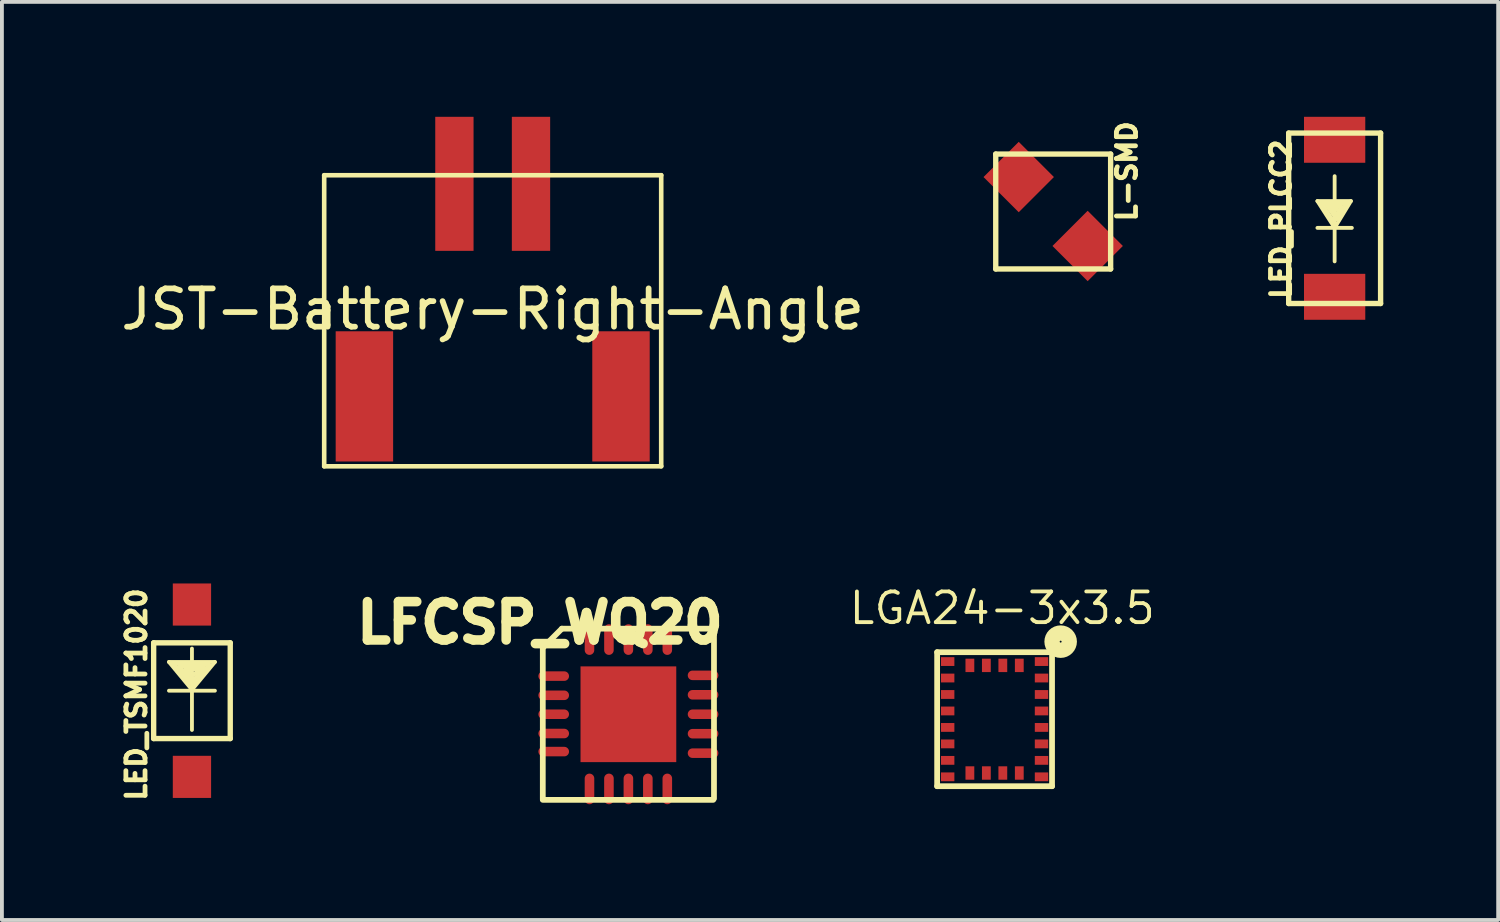
<source format=kicad_pcb>
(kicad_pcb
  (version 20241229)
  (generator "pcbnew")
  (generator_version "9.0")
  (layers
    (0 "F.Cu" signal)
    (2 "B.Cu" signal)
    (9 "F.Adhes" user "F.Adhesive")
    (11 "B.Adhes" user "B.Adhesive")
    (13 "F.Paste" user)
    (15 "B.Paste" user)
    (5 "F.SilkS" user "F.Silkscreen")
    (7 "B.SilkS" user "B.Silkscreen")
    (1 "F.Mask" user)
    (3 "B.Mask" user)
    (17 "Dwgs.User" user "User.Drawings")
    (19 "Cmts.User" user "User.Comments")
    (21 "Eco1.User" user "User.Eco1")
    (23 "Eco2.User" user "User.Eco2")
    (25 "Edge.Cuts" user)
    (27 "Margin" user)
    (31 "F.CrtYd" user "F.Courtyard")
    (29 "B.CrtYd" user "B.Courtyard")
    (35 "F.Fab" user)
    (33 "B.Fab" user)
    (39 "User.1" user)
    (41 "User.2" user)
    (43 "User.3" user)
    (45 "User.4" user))
  (footprint "LGA24-3x3.5"
    (layer "F.Cu")
    (at 22.92 15.729)
    (property "Reference" "LGA24-3x3.5" (at 0.2 -2.9 0) (layer "F.SilkS") (effects (font (size 0.801 0.801) (thickness 0.1))))
    (attr smd)
    (fp_line (start -1.5 -1.75) (end -1.5 1.75) (stroke (width 0.15) (type solid)) (layer "F.SilkS"))
    (fp_line (start -1.5 -1.75) (end 1.5 -1.75) (stroke (width 0.15) (type solid)) (layer "F.SilkS"))
    (fp_line (start -1.5 1.75) (end 1.5 1.75) (stroke (width 0.15) (type solid)) (layer "F.SilkS"))
    (fp_line (start 1.5 1.75) (end 1.5 -1.75) (stroke (width 0.15) (type solid)) (layer "F.SilkS"))
    (fp_circle (center 1.725 -2.025) (end 1.75 -2.025) (stroke (width 0.4) (type solid)) (fill no) (layer "F.SilkS"))
    (pad "1" smd rect (at 1.225 -1.505) (size 0.35 0.23) (layers "F.Cu" "F.Mask" "F.Paste"))
    (pad "2" smd rect (at 0.645 -1.405 90) (size 0.35 0.23) (layers "F.Cu" "F.Mask" "F.Paste"))
    (pad "3" smd rect (at 0.215 -1.405 90) (size 0.35 0.23) (layers "F.Cu" "F.Mask" "F.Paste"))
    (pad "4" smd rect (at -0.215 -1.405 90) (size 0.35 0.23) (layers "F.Cu" "F.Mask" "F.Paste"))
    (pad "5" smd rect (at -0.645 -1.405 90) (size 0.35 0.23) (layers "F.Cu" "F.Mask" "F.Paste"))
    (pad "6" smd rect (at -1.225 -1.505) (size 0.35 0.23) (layers "F.Cu" "F.Mask" "F.Paste"))
    (pad "7" smd rect (at -1.225 -1.075) (size 0.35 0.23) (layers "F.Cu" "F.Mask" "F.Paste"))
    (pad "8" smd rect (at -1.225 -0.645) (size 0.35 0.23) (layers "F.Cu" "F.Mask" "F.Paste"))
    (pad "9" smd rect (at -1.225 -0.215) (size 0.35 0.23) (layers "F.Cu" "F.Mask" "F.Paste"))
    (pad "10" smd rect (at -1.225 0.215) (size 0.35 0.23) (layers "F.Cu" "F.Mask" "F.Paste"))
    (pad "11" smd rect (at -1.225 0.645) (size 0.35 0.23) (layers "F.Cu" "F.Mask" "F.Paste"))
    (pad "12" smd rect (at -1.225 1.075) (size 0.35 0.23) (layers "F.Cu" "F.Mask" "F.Paste"))
    (pad "13" smd rect (at -1.225 1.505) (size 0.35 0.23) (layers "F.Cu" "F.Mask" "F.Paste"))
    (pad "14" smd rect (at -0.645 1.405 90) (size 0.35 0.23) (layers "F.Cu" "F.Mask" "F.Paste"))
    (pad "15" smd rect (at -0.215 1.405 90) (size 0.35 0.23) (layers "F.Cu" "F.Mask" "F.Paste"))
    (pad "16" smd rect (at 0.215 1.405 90) (size 0.35 0.23) (layers "F.Cu" "F.Mask" "F.Paste"))
    (pad "17" smd rect (at 0.645 1.405 90) (size 0.35 0.23) (layers "F.Cu" "F.Mask" "F.Paste"))
    (pad "18" smd rect (at 1.225 1.505) (size 0.35 0.23) (layers "F.Cu" "F.Mask" "F.Paste"))
    (pad "19" smd rect (at 1.225 1.075) (size 0.35 0.23) (layers "F.Cu" "F.Mask" "F.Paste"))
    (pad "20" smd rect (at 1.225 0.645) (size 0.35 0.23) (layers "F.Cu" "F.Mask" "F.Paste"))
    (pad "21" smd rect (at 1.225 0.215) (size 0.35 0.23) (layers "F.Cu" "F.Mask" "F.Paste"))
    (pad "22" smd rect (at 1.225 -0.215) (size 0.35 0.23) (layers "F.Cu" "F.Mask" "F.Paste"))
    (pad "23" smd rect (at 1.225 -0.645) (size 0.35 0.23) (layers "F.Cu" "F.Mask" "F.Paste"))
    (pad "24" smd rect (at 1.225 -1.075) (size 0.35 0.23) (layers "F.Cu" "F.Mask" "F.Paste")))
  (footprint "JST-Battery-Right-Angle"
    (layer "F.Cu")
    (at 9.815 4.525)
    (property "Reference" "JST-Battery-Right-Angle" (at 0 0.5 0) (layer "F.SilkS") (effects (font (size 1 1) (thickness 0.15))))
    (attr through_hole)
    (fp_line (start -4.4 -3) (end 4.4 -3) (stroke (width 0.12) (type solid)) (layer "F.SilkS"))
    (fp_line (start -4.4 4.6) (end -4.4 -3) (stroke (width 0.12) (type solid)) (layer "F.SilkS"))
    (fp_line (start 4.4 -3) (end 4.4 4.6) (stroke (width 0.12) (type solid)) (layer "F.SilkS"))
    (fp_line (start 4.4 4.6) (end -4.4 4.6) (stroke (width 0.12) (type solid)) (layer "F.SilkS"))
    (pad "1" smd rect (at -1 -2.775) (size 1 3.5) (layers "F.Cu" "F.Mask" "F.Paste"))
    (pad "2" smd rect (at 1 -2.775) (size 1 3.5) (layers "F.Cu" "F.Mask" "F.Paste"))
    (pad "N0" smd rect (at -3.35 2.775) (size 1.5 3.4) (layers "F.Cu" "F.Mask" "F.Paste"))
    (pad "N1" smd rect (at 3.35 2.775) (size 1.5 3.4) (layers "F.Cu" "F.Mask" "F.Paste")))
  (footprint "LED_TSMF1020"
    (layer "F.Cu")
    (at 1.962 14.985)
    (property "Reference" "LED_TSMF1020" (at -1.45 0.1 90) (layer "F.SilkS") (effects (font (size 0.5 0.5) (thickness 0.125))))
    (attr smd)
    (fp_line (start -1 -1.25) (end 1 -1.25) (stroke (width 0.14) (type solid)) (layer "F.SilkS"))
    (fp_line (start -1 1.25) (end -1 -1.25) (stroke (width 0.14) (type solid)) (layer "F.SilkS"))
    (fp_line (start -0.6 -0.75) (end 0.6 -0.75) (stroke (width 0.1) (type solid)) (layer "F.SilkS"))
    (fp_line (start -0.6 0) (end 0.6 0) (stroke (width 0.1) (type solid)) (layer "F.SilkS"))
    (fp_line (start -0.475 -0.7) (end 0.45 -0.675) (stroke (width 0.1) (type solid)) (layer "F.SilkS"))
    (fp_line (start -0.325 -0.625) (end 0.325 -0.6) (stroke (width 0.1) (type solid)) (layer "F.SilkS"))
    (fp_line (start -0.175 -0.55) (end 0.2 -0.55) (stroke (width 0.1) (type solid)) (layer "F.SilkS"))
    (fp_line (start -0.05 -0.2) (end -0.475 -0.7) (stroke (width 0.1) (type solid)) (layer "F.SilkS"))
    (fp_line (start 0 -1.1) (end 0 1.025) (stroke (width 0.1) (type solid)) (layer "F.SilkS"))
    (fp_line (start 0 -0.025) (end -0.6 -0.75) (stroke (width 0.1) (type solid)) (layer "F.SilkS"))
    (fp_line (start 0.05 -0.425) (end -0.075 -0.475) (stroke (width 0.1) (type solid)) (layer "F.SilkS"))
    (fp_line (start 0.05 -0.3) (end -0.175 -0.55) (stroke (width 0.1) (type solid)) (layer "F.SilkS"))
    (fp_line (start 0.05 -0.175) (end -0.325 -0.625) (stroke (width 0.1) (type solid)) (layer "F.SilkS"))
    (fp_line (start 0.2 -0.55) (end 0.05 -0.425) (stroke (width 0.1) (type solid)) (layer "F.SilkS"))
    (fp_line (start 0.325 -0.6) (end 0.05 -0.3) (stroke (width 0.1) (type solid)) (layer "F.SilkS"))
    (fp_line (start 0.45 -0.675) (end 0.05 -0.175) (stroke (width 0.1) (type solid)) (layer "F.SilkS"))
    (fp_line (start 0.6 -0.75) (end 0 -0.025) (stroke (width 0.1) (type solid)) (layer "F.SilkS"))
    (fp_line (start 1 -1.25) (end 1 1.25) (stroke (width 0.14) (type solid)) (layer "F.SilkS"))
    (fp_line (start 1 1.25) (end -1 1.25) (stroke (width 0.14) (type solid)) (layer "F.SilkS"))
    (pad "1" smd rect (at 0 -2.25) (size 1 1.1) (layers "F.Cu" "F.Mask" "F.Paste"))
    (pad "2" smd rect (at 0 2.25) (size 1 1.1) (layers "F.Cu" "F.Mask" "F.Paste")))
  (footprint "L-SMD"
    (layer "F.Cu")
    (at 24.45 2.473)
    (property "Reference" "L-SMD" (at 1.925 -1.05 90) (layer "F.SilkS") (effects (font (size 0.5 0.5) (thickness 0.125))))
    (attr smd)
    (fp_line (start -1.5 -1.5) (end -1.5 1.5) (stroke (width 0.14) (type solid)) (layer "F.SilkS"))
    (fp_line (start -1.5 1.5) (end 1.5 1.5) (stroke (width 0.14) (type solid)) (layer "F.SilkS"))
    (fp_line (start 1.5 -1.5) (end -1.5 -1.5) (stroke (width 0.14) (type solid)) (layer "F.SilkS"))
    (fp_line (start 1.5 1.5) (end 1.5 -1.5) (stroke (width 0.14) (type solid)) (layer "F.SilkS"))
    (pad "1" smd rect (at -0.9 -0.9 45) (size 1.3 1.3) (layers "F.Cu" "F.Mask" "F.Paste"))
    (pad "2" smd rect (at 0.9 0.9 45) (size 1.3 1.3) (layers "F.Cu" "F.Mask" "F.Paste")))
  (footprint "LFCSP_WQ20"
    (layer "F.Cu")
    (at 13.358 15.6)
    (property "Reference" "LFCSP_WQ20" (at -2.309 -2.39 0) (layer "F.SilkS") (effects (font (size 1.001 1.001) (thickness 0.25))))
    (attr smd)
    (fp_line (start -2.235 -1.737) (end -2.235 2.214) (stroke (width 0.15) (type solid)) (layer "F.SilkS"))
    (fp_line (start -2.235 -1.737) (end -1.737 -2.235) (stroke (width 0.15) (type solid)) (layer "F.SilkS"))
    (fp_line (start -1.737 -2.235) (end 2.204 -2.235) (stroke (width 0.15) (type solid)) (layer "F.SilkS"))
    (fp_line (start 2.214 2.235) (end -2.235 2.235) (stroke (width 0.15) (type solid)) (layer "F.SilkS"))
    (fp_line (start 2.235 -2.235) (end 2.235 2.204) (stroke (width 0.15) (type solid)) (layer "F.SilkS"))
    (pad "0" smd rect (at 0 0) (size 2.5 2.5) (layers "F.Cu" "F.Mask" "F.Paste"))
    (pad "1" smd oval (at -1.95 -0.996) (size 0.8 0.249) (layers "F.Cu" "F.Mask" "F.Paste"))
    (pad "2" smd oval (at -1.95 -0.495) (size 0.8 0.249) (layers "F.Cu" "F.Mask" "F.Paste"))
    (pad "3" smd oval (at -1.95 0) (size 0.8 0.249) (layers "F.Cu" "F.Mask" "F.Paste"))
    (pad "4" smd oval (at -1.95 0.503) (size 0.8 0.249) (layers "F.Cu" "F.Mask" "F.Paste"))
    (pad "5" smd oval (at -1.95 0.975) (size 0.8 0.249) (layers "F.Cu" "F.Mask" "F.Paste"))
    (pad "6" smd oval (at -1.016 1.95 90) (size 0.8 0.25) (layers "F.Cu" "F.Mask" "F.Paste"))
    (pad "7" smd oval (at -0.508 1.95 90) (size 0.8 0.25) (layers "F.Cu" "F.Mask" "F.Paste"))
    (pad "8" smd oval (at 0 1.95 90) (size 0.8 0.25) (layers "F.Cu" "F.Mask" "F.Paste"))
    (pad "9" smd oval (at 0.508 1.95 90) (size 0.8 0.25) (layers "F.Cu" "F.Mask" "F.Paste"))
    (pad "10" smd oval (at 1.016 1.95 90) (size 0.8 0.25) (layers "F.Cu" "F.Mask" "F.Paste"))
    (pad "11" smd oval (at 1.95 1.016 180) (size 0.8 0.249) (layers "F.Cu" "F.Mask" "F.Paste"))
    (pad "12" smd oval (at 1.95 0.508 180) (size 0.8 0.249) (layers "F.Cu" "F.Mask" "F.Paste"))
    (pad "13" smd oval (at 1.95 0 180) (size 0.8 0.249) (layers "F.Cu" "F.Mask" "F.Paste"))
    (pad "14" smd oval (at 1.95 -0.508 180) (size 0.8 0.249) (layers "F.Cu" "F.Mask" "F.Paste"))
    (pad "15" smd oval (at 1.95 -1.016 180) (size 0.8 0.249) (layers "F.Cu" "F.Mask" "F.Paste"))
    (pad "16" smd oval (at 1.016 -1.95 270) (size 0.8 0.249) (layers "F.Cu" "F.Mask" "F.Paste"))
    (pad "17" smd oval (at 0.508 -1.95 270) (size 0.8 0.249) (layers "F.Cu" "F.Mask" "F.Paste"))
    (pad "18" smd oval (at 0 -1.95 270) (size 0.8 0.249) (layers "F.Cu" "F.Mask" "F.Paste"))
    (pad "19" smd oval (at -0.508 -1.95 270) (size 0.8 0.249) (layers "F.Cu" "F.Mask" "F.Paste"))
    (pad "20" smd oval (at -1.016 -1.95 270) (size 0.8 0.249) (layers "F.Cu" "F.Mask" "F.Paste")))
  (footprint "LED_PLCC2"
    (layer "F.Cu")
    (at 31.799 2.65)
    (property "Reference" "LED_PLCC2" (at -1.4 0.025 90) (layer "F.SilkS") (effects (font (size 0.5 0.5) (thickness 0.125))))
    (attr smd)
    (fp_line (start -1.2 -2.225) (end 1.2 -2.225) (stroke (width 0.14) (type solid)) (layer "F.SilkS"))
    (fp_line (start -1.2 2.225) (end -1.2 -2.225) (stroke (width 0.14) (type solid)) (layer "F.SilkS"))
    (fp_line (start -0.45 -0.45) (end 0.425 -0.45) (stroke (width 0.1) (type solid)) (layer "F.SilkS"))
    (fp_line (start -0.45 0.25) (end 0.45 0.25) (stroke (width 0.1) (type solid)) (layer "F.SilkS"))
    (fp_line (start -0.325 -0.375) (end 0.3 -0.375) (stroke (width 0.1) (type solid)) (layer "F.SilkS"))
    (fp_line (start -0.2 -0.325) (end 0.175 -0.3) (stroke (width 0.1) (type solid)) (layer "F.SilkS"))
    (fp_line (start -0.075 -0.25) (end 0.075 -0.225) (stroke (width 0.1) (type solid)) (layer "F.SilkS"))
    (fp_line (start -0.05 0.05) (end -0.325 -0.375) (stroke (width 0.1) (type solid)) (layer "F.SilkS"))
    (fp_line (start 0 0.25) (end -0.45 -0.45) (stroke (width 0.1) (type solid)) (layer "F.SilkS"))
    (fp_line (start 0 1.125) (end 0 -1.1) (stroke (width 0.1) (type solid)) (layer "F.SilkS"))
    (fp_line (start 0.05 -0.1) (end -0.075 -0.25) (stroke (width 0.1) (type solid)) (layer "F.SilkS"))
    (fp_line (start 0.05 0.025) (end -0.2 -0.325) (stroke (width 0.1) (type solid)) (layer "F.SilkS"))
    (fp_line (start 0.175 -0.3) (end 0.05 -0.1) (stroke (width 0.1) (type solid)) (layer "F.SilkS"))
    (fp_line (start 0.3 -0.375) (end 0.05 0.025) (stroke (width 0.1) (type solid)) (layer "F.SilkS"))
    (fp_line (start 0.425 -0.45) (end 0 0.25) (stroke (width 0.1) (type solid)) (layer "F.SilkS"))
    (fp_line (start 1.2 -2.225) (end 1.2 2.225) (stroke (width 0.14) (type solid)) (layer "F.SilkS"))
    (fp_line (start 1.2 2.225) (end -1.2 2.225) (stroke (width 0.14) (type solid)) (layer "F.SilkS"))
    (pad "1" smd rect (at 0 -2.05) (size 1.6 1.2) (layers "F.Cu" "F.Mask" "F.Paste"))
    (pad "2" smd rect (at 0 2.05) (size 1.6 1.2) (layers "F.Cu" "F.Mask" "F.Paste")))
  (gr_rect
    (start -3 -3)
    (end 36.069 20.972)
    (stroke (width 0.1) (type default))
    (fill no)
    (layer "Edge.Cuts")))
</source>
